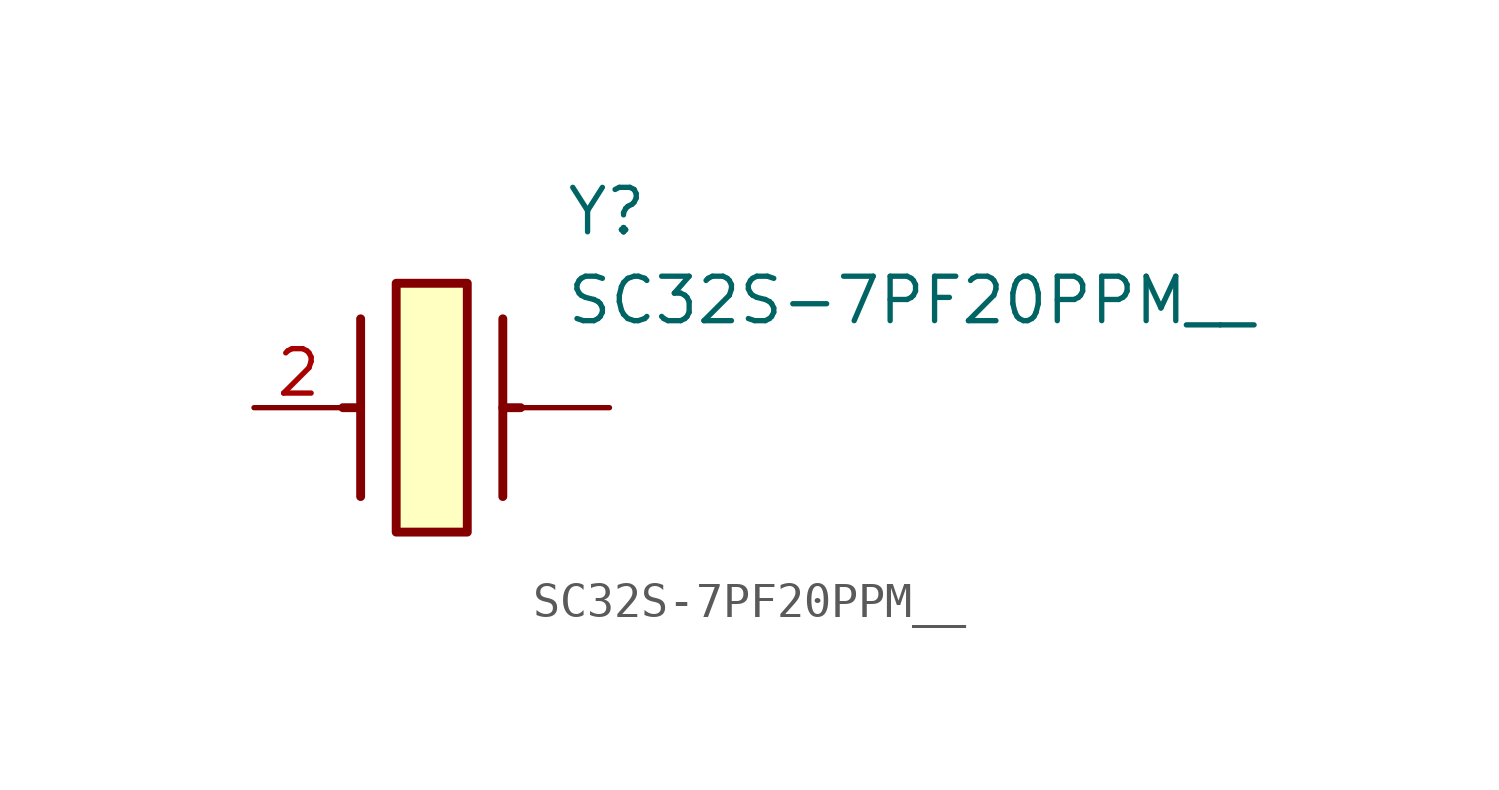
<source format=kicad_sym>
(kicad_symbol_lib
  (version 20211014)
  (generator SamacSys_ECAD_Model)
  (symbol "SC32S-7PF20PPM__"
    (pin_names hide)
    (property "Reference" "Y"
      (at 8.89 6.35 0)
      (effects (font (size 1.27 1.27)) (justify left top)))
    (property "Value" "SC32S-7PF20PPM__"
      (at 8.89 3.81 0)
      (effects (font (size 1.27 1.27)) (justify left top)))
    (rectangle
      (start 4.064 3.556)
      (end 6.096 -3.556)
      (stroke (width 0.254) (type default))
      (fill (type background)))
    (polyline
      (pts (xy 3.048 2.54) (xy 3.048 -2.54))
      (stroke (width 0.254) (type default))
      (fill (type none)))
    (polyline
      (pts (xy 7.112 2.54) (xy 7.112 -2.54))
      (stroke (width 0.254) (type default))
      (fill (type none)))
    (polyline
      (pts (xy 7.112 0) (xy 7.62 0))
      (stroke (width 0.254) (type default))
      (fill (type none)))
    (polyline
      (pts (xy 3.048 0) (xy 2.54 0))
      (stroke (width 0.254) (type default))
      (fill (type none)))
    (pin passive line
      (at 0 0 0)
      (length 2.54)
      (name "CRYSTAL__2" (effects (font (size 1.27 1.27))))
      (number "2" (effects (font (size 1.27 1.27)))))
    (pin passive line
      (at 10.16 0 180)
      (length 2.54)
      (name "" (effects (font (size 1.27 1.27))))
      (number "" (effects (font (size 1.27 1.27)))))))
</source>
